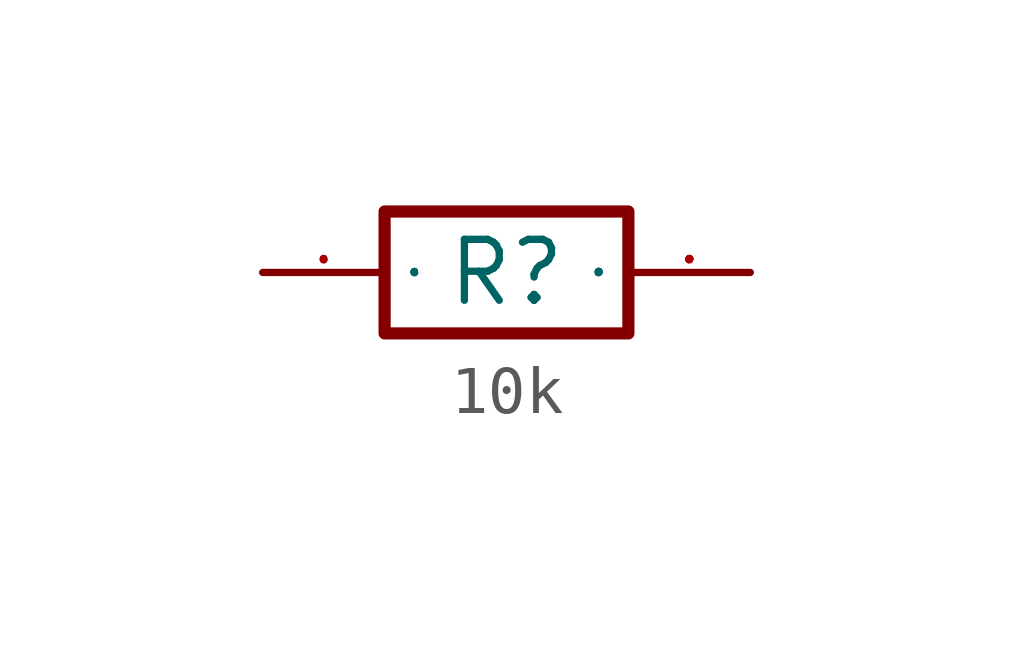
<source format=kicad_sym>
(kicad_symbol_lib
  (version 20241209)
  (generator "kicad_symbol_editor")
  (generator_version "9.0")
  (symbol "10k"
    (property "Reference" "R"
      (at 0 0 0)
      (effects (font (size 1.27 1.27))))
    (property "Value" ""
      (at 0 0 0)
      (effects (font (size 1.27 1.27))))
    (symbol "10k_1_0"
      (rectangle (start 2.54 1.27) (end -2.54 -1.27) (stroke (width 0.254) (type default)) (fill (type none)))
      (pin unspecified line (at -5.08 0 0) (length 2.54) (name "1" (effects (font (size 0.025 0.025)))) (number "1" (effects (font (size 0.025 0.025)))))
      (pin unspecified line (at 5.08 0 180) (length 2.54) (name "2" (effects (font (size 0.025 0.025)))) (number "2" (effects (font (size 0.025 0.025))))))))
</source>
